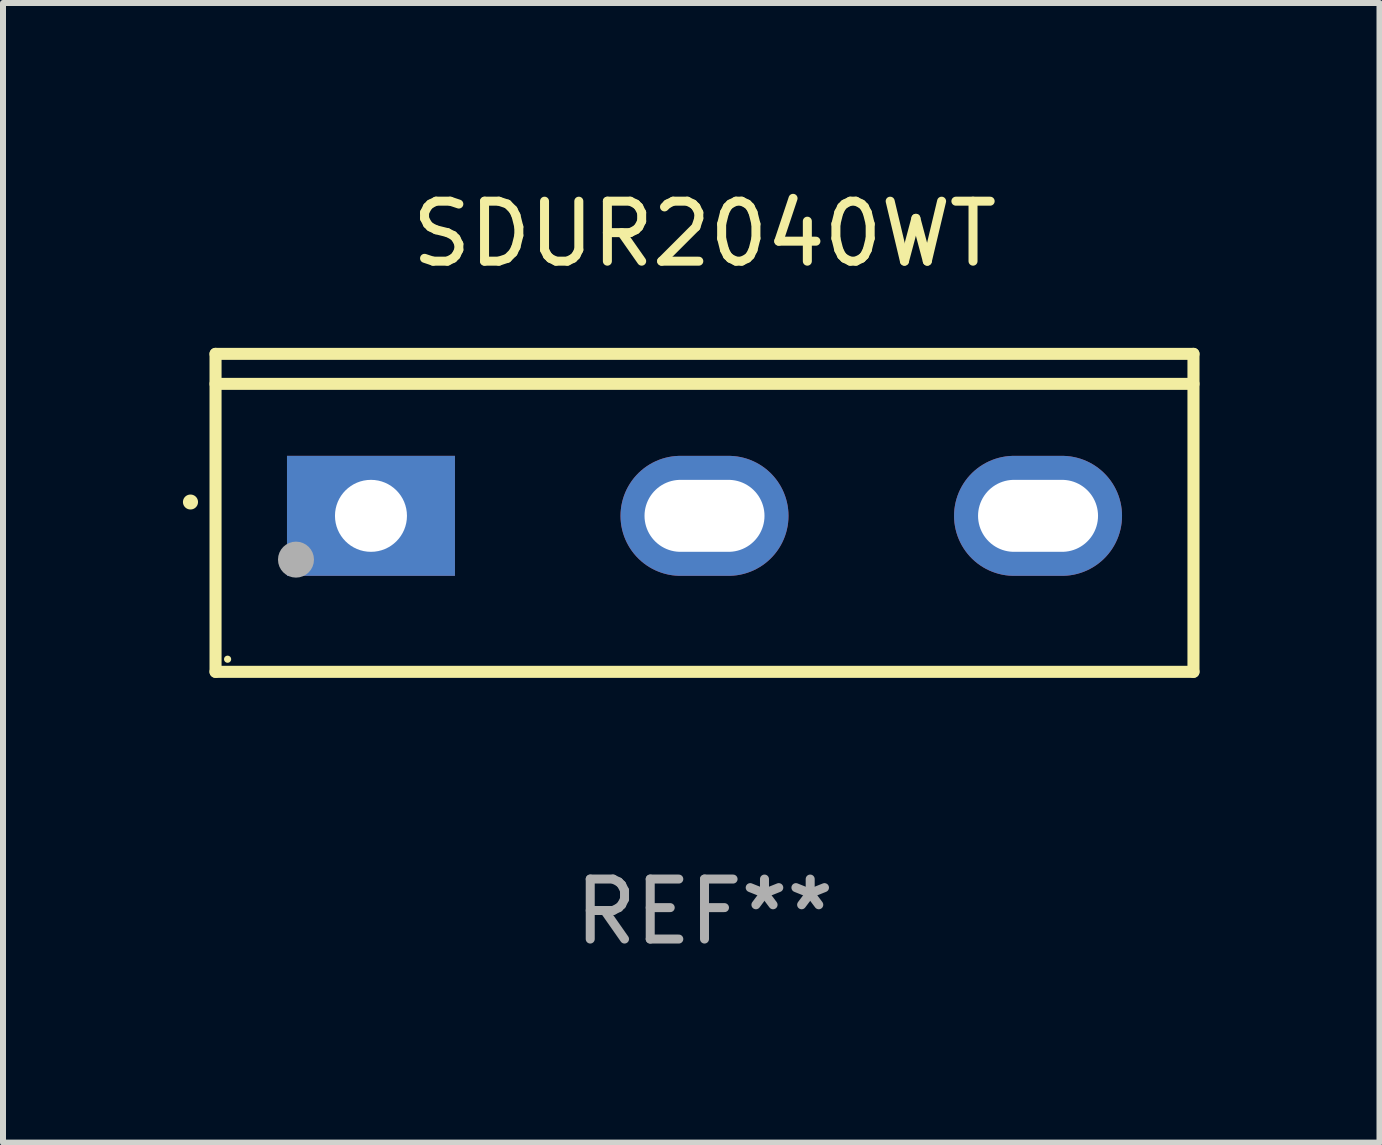
<source format=kicad_pcb>
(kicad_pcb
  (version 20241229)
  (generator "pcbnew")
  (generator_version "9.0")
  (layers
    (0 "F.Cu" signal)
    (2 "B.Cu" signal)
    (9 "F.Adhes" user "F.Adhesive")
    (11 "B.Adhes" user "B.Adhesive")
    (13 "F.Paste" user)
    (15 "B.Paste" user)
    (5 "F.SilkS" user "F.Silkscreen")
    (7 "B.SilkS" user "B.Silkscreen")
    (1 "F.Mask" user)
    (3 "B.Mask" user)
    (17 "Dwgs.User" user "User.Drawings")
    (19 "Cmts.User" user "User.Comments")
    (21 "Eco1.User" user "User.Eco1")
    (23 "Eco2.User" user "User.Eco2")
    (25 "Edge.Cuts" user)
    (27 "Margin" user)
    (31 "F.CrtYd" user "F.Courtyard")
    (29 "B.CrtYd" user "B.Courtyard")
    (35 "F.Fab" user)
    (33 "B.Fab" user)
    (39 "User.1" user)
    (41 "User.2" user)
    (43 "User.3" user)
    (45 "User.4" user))
  (footprint "SDUR2040WT"
    (layer "F.Cu")
    (at 8.694 5.499)
    (property "Reference" "SDUR2040WT" (at 0 -4.65 0) (layer "F.SilkS") (effects (font (size 1 1) (thickness 0.15))))
    (attr through_hole)
    (fp_line (start -8.151 -2.65) (end -8.151 2.65) (stroke (width 0.201) (type solid)) (layer "F.SilkS"))
    (fp_line (start 8.151 -2.65) (end -8.151 -2.65) (stroke (width 0.201) (type solid)) (layer "F.SilkS"))
    (fp_line (start 8.151 -2.15) (end -8.151 -2.15) (stroke (width 0.201) (type solid)) (layer "F.SilkS"))
    (fp_line (start 8.151 2.65) (end -8.151 2.65) (stroke (width 0.201) (type solid)) (layer "F.SilkS"))
    (fp_line (start 8.151 2.65) (end 8.151 -2.65) (stroke (width 0.201) (type solid)) (layer "F.SilkS"))
    (fp_arc (start -8.570003 -0.18048) (mid -8.568733 -0.180486) (end -8.567463 -0.18048) (stroke (width 0.24892) (type solid)) (layer "F.SilkS"))
    (fp_circle (center -7.95 2.44) (end -7.92 2.44) (stroke (width 0.06) (type solid)) (fill no) (layer "F.SilkS"))
    (fp_circle (center -6.81 0.78) (end -6.66 0.78) (stroke (width 0.3) (type solid)) (fill no) (layer "F.Fab"))
    (fp_text user "REF**" (at 0 6.65 0) (layer "F.Fab") (effects (font (size 1 1) (thickness 0.15))))
    (pad "1" thru_hole rect (at -5.56 0.05 90) (size 2 2.8) (drill 1.2) (layers "*.Cu" "*.Mask"))
    (pad "2" thru_hole oval (at 0 0.05 90) (size 2 2.8) (drill oval 1.2 2) (layers "*.Cu" "*.Mask"))
    (pad "3" thru_hole oval (at 5.56 0.05 90) (size 2 2.8) (drill oval 1.2 2) (layers "*.Cu" "*.Mask")))
  (gr_rect
    (start -3 -3)
    (end 19.946 15.997)
    (stroke (width 0.1) (type default))
    (fill no)
    (layer "Edge.Cuts")))
</source>
